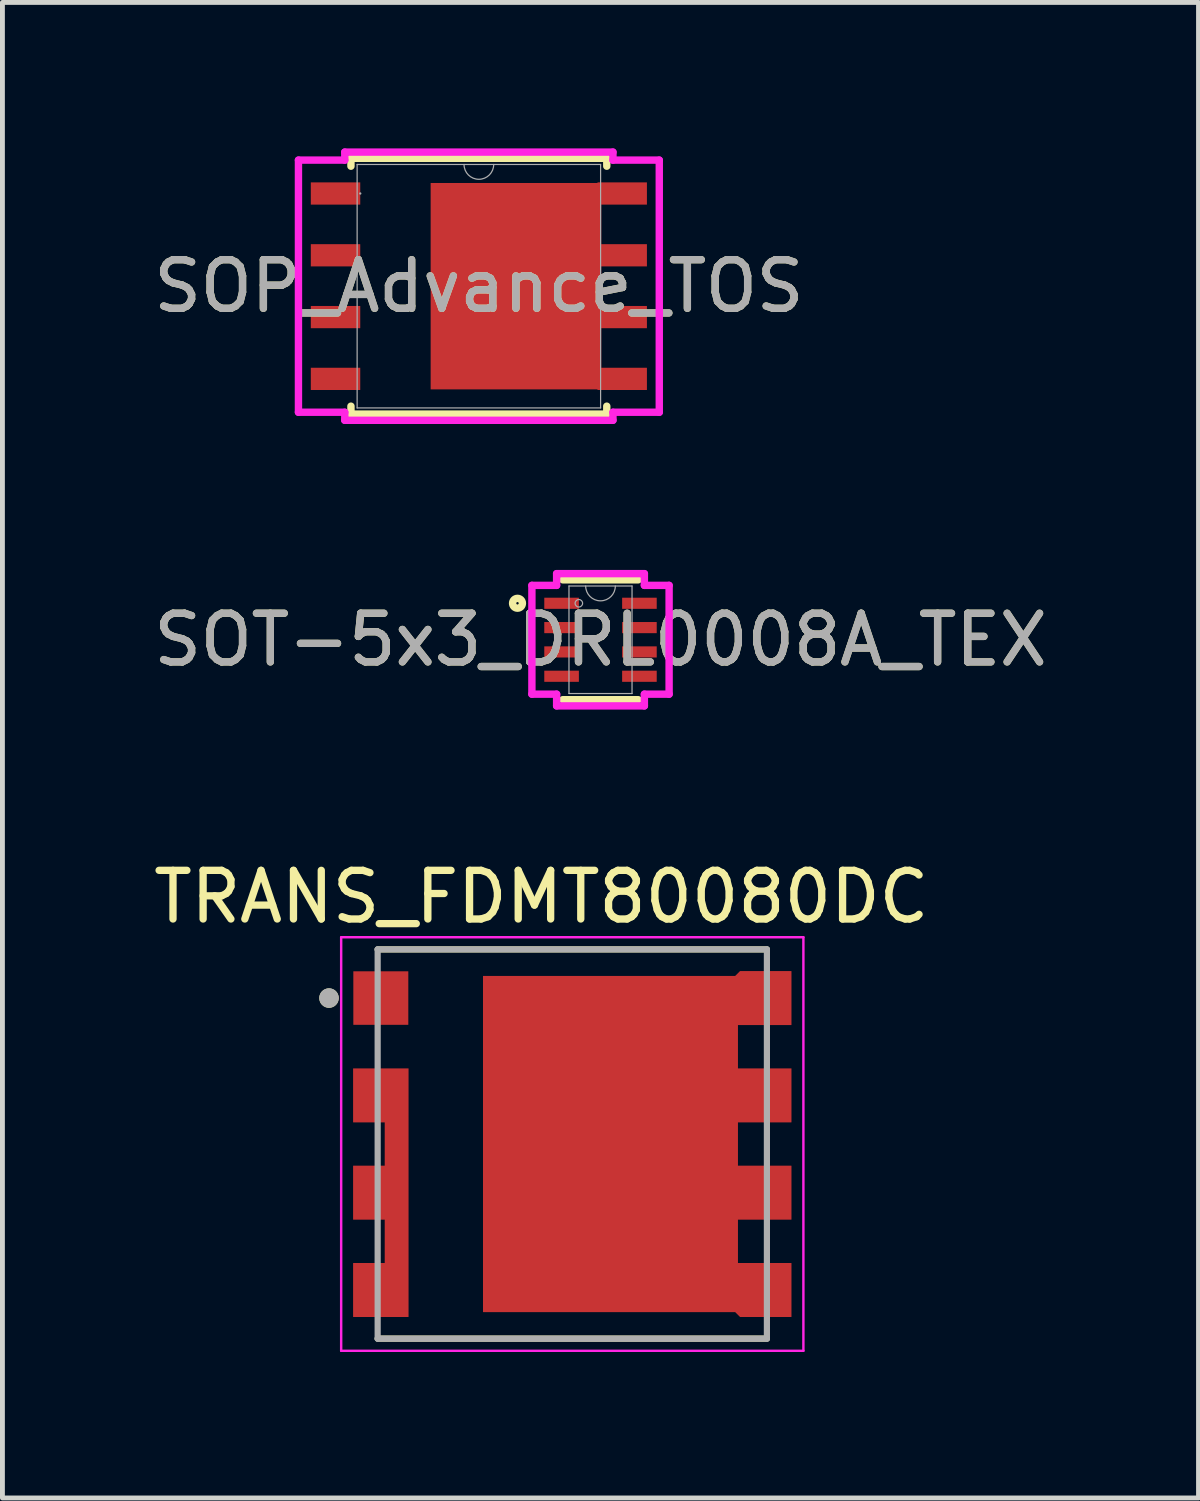
<source format=kicad_pcb>
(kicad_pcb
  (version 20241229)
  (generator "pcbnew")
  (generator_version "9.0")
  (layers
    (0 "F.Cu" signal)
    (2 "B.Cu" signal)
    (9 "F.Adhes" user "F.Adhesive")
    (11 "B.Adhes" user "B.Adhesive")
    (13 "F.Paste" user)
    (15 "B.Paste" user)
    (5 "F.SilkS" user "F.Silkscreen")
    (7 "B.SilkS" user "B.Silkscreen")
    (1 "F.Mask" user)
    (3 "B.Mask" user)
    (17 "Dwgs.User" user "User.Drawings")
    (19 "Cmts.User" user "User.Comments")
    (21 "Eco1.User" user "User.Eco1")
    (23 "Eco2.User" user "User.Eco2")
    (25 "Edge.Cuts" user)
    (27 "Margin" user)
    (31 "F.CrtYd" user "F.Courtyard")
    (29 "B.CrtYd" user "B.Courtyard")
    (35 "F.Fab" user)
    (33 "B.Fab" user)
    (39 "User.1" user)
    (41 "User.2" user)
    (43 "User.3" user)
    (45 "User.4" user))
  (footprint "TRANS_FDMT80080DC"
    (layer "F.Cu")
    (at 8.712 20.463)
    (property "Reference" "TRANS_FDMT80080DC" (at -0.635 -5.08 0) (layer "F.SilkS") (effects (font (size 1 1) (thickness 0.15))))
    (attr smd)
    (fp_poly (pts (xy -3.27 -1.65) (xy -3.27 3.65) (xy -4.6 3.65) (xy -4.6 2.35) (xy -3.95 2.35) (xy -3.95 1.65) (xy -4.6 1.65) (xy -4.6 0.35) (xy -3.95 0.35) (xy -3.95 -0.35) (xy -4.6 -0.35) (xy -4.6 -1.65)) (stroke (width 0.01) (type solid)) (fill yes) (layer "F.Mask"))
    (fp_poly (pts (xy -1.93 -3.55) (xy -1.93 3.55) (xy 3.3 3.55) (xy 3.4 3.65) (xy 4.6 3.65) (xy 4.6 2.35) (xy 3.5 2.35) (xy 3.5 1.65) (xy 4.6 1.65) (xy 4.6 0.35) (xy 3.5 0.35) (xy 3.5 -0.35) (xy 4.6 -0.35) (xy 4.6 -1.65) (xy 3.5 -1.65) (xy 3.5 -2.35) (xy 4.6 -2.35) (xy 4.6 -3.65) (xy 3.4 -3.65) (xy 3.3 -3.55)) (stroke (width 0.01) (type solid)) (fill yes) (layer "F.Mask"))
    (fp_line (start -4 -4) (end 4 -4) (stroke (width 0.127) (type solid)) (layer "F.SilkS"))
    (fp_line (start 4 4) (end -4 4) (stroke (width 0.127) (type solid)) (layer "F.SilkS"))
    (fp_circle (center -5 -3) (end -4.9 -3) (stroke (width 0.2) (type solid)) (fill no) (layer "F.SilkS"))
    (fp_poly (pts (xy -4.5 -1.55) (xy -3.37 -1.55) (xy -3.37 -0.45) (xy -4.5 -0.45)) (stroke (width 0.01) (type solid)) (fill yes) (layer "F.Paste"))
    (fp_poly (pts (xy -4.5 0.45) (xy -3.37 0.45) (xy -3.37 1.55) (xy -4.5 1.55)) (stroke (width 0.01) (type solid)) (fill yes) (layer "F.Paste"))
    (fp_poly (pts (xy -4.5 2.45) (xy -3.37 2.45) (xy -3.37 3.55) (xy -4.5 3.55)) (stroke (width 0.01) (type solid)) (fill yes) (layer "F.Paste"))
    (fp_poly (pts (xy -1.006 -2.596) (xy 0.303 -2.596) (xy 0.303 -0.426) (xy -1.006 -0.426)) (stroke (width 0.01) (type solid)) (fill yes) (layer "F.Paste"))
    (fp_poly (pts (xy -1.006 0.426) (xy 0.303 0.426) (xy 0.303 2.596) (xy -1.006 2.596)) (stroke (width 0.01) (type solid)) (fill yes) (layer "F.Paste"))
    (fp_poly (pts (xy 1.216 -2.596) (xy 2.526 -2.596) (xy 2.526 -0.426) (xy 1.216 -0.426)) (stroke (width 0.01) (type solid)) (fill yes) (layer "F.Paste"))
    (fp_poly (pts (xy 1.216 0.426) (xy 2.526 0.426) (xy 2.526 2.596) (xy 1.216 2.596)) (stroke (width 0.01) (type solid)) (fill yes) (layer "F.Paste"))
    (fp_poly (pts (xy 3.45 -3.55) (xy 4.5 -3.55) (xy 4.5 -2.45) (xy 3.45 -2.45)) (stroke (width 0.01) (type solid)) (fill yes) (layer "F.Paste"))
    (fp_poly (pts (xy 3.45 -1.55) (xy 4.5 -1.55) (xy 4.5 -0.45) (xy 3.45 -0.45)) (stroke (width 0.01) (type solid)) (fill yes) (layer "F.Paste"))
    (fp_poly (pts (xy 3.45 0.45) (xy 4.5 0.45) (xy 4.5 1.55) (xy 3.45 1.55)) (stroke (width 0.01) (type solid)) (fill yes) (layer "F.Paste"))
    (fp_poly (pts (xy 3.45 2.45) (xy 4.5 2.45) (xy 4.5 3.55) (xy 3.45 3.55)) (stroke (width 0.01) (type solid)) (fill yes) (layer "F.Paste"))
    (fp_line (start -4.75 -4.25) (end 4.75 -4.25) (stroke (width 0.05) (type solid)) (layer "F.CrtYd"))
    (fp_line (start -4.75 4.25) (end -4.75 -4.25) (stroke (width 0.05) (type solid)) (layer "F.CrtYd"))
    (fp_line (start 4.75 -4.25) (end 4.75 4.25) (stroke (width 0.05) (type solid)) (layer "F.CrtYd"))
    (fp_line (start 4.75 4.25) (end -4.75 4.25) (stroke (width 0.05) (type solid)) (layer "F.CrtYd"))
    (fp_line (start -4 -4) (end 4 -4) (stroke (width 0.127) (type solid)) (layer "F.Fab"))
    (fp_line (start -4 4) (end -4 -4) (stroke (width 0.127) (type solid)) (layer "F.Fab"))
    (fp_line (start 4 -4) (end 4 4) (stroke (width 0.127) (type solid)) (layer "F.Fab"))
    (fp_line (start 4 4) (end -4 4) (stroke (width 0.127) (type solid)) (layer "F.Fab"))
    (fp_circle (center -5 -3) (end -4.9 -3) (stroke (width 0.2) (type solid)) (fill no) (layer "F.Fab"))
    (pad "1" smd rect (at -3.935 -3) (size 1.13 1.1) (layers "F.Cu" "F.Mask" "F.Paste"))
    (pad "2_3_4" smd custom (at -3.935 1) (size 1.13 1.1) (layers "F.Cu") (options (anchor rect)) (primitives (gr_poly (pts (xy 0.565 -2.55) (xy 0.565 2.55) (xy -0.565 2.55) (xy -0.565 1.45) (xy 0.085 1.45) (xy 0.085 0.55) (xy -0.565 0.55) (xy -0.565 -0.55) (xy 0.085 -0.55) (xy 0.085 -1.45) (xy -0.565 -1.45) (xy -0.565 -2.55)) (width 0.01) (fill yes))))
    (pad "5-6_7_8" smd custom (at 0.76 0) (size 2.5 2.5) (layers "F.Cu") (options (anchor rect)) (primitives (gr_poly (pts (xy -2.59 -3.45) (xy -2.59 3.45) (xy 2.59 3.45) (xy 2.69 3.55) (xy 3.74 3.55) (xy 3.74 2.45) (xy 2.64 2.45) (xy 2.64 1.55) (xy 3.74 1.55) (xy 3.74 0.45) (xy 2.64 0.45) (xy 2.64 -0.45) (xy 3.74 -0.45) (xy 3.74 -1.55) (xy 2.64 -1.55) (xy 2.64 -2.45) (xy 3.74 -2.45) (xy 3.74 -3.55) (xy 2.69 -3.55) (xy 2.59 -3.45)) (width 0.01) (fill yes)))))
  (footprint "SOP_Advance_TOS"
    (layer "F.Cu")
    (at 6.792 2.832)
    (property "Reference" "SOP_Advance_TOS" (at 0 0 0) (unlocked yes) (layer "F.SilkS") (effects (font (size 1 1) (thickness 0.15))))
    (attr smd)
    (fp_poly (pts (xy 2.515 -2.121) (xy 2.515 2.121) (xy -0.991 2.121) (xy -0.991 -2.121)) (stroke (width 0) (type solid)) (fill yes) (layer "F.Cu"))
    (fp_line (start -2.629 -2.629) (end -2.629 -2.466) (stroke (width 0.152) (type solid)) (layer "F.SilkS"))
    (fp_line (start -2.629 2.466) (end -2.629 2.629) (stroke (width 0.152) (type solid)) (layer "F.SilkS"))
    (fp_line (start -2.629 2.629) (end 2.629 2.629) (stroke (width 0.152) (type solid)) (layer "F.SilkS"))
    (fp_line (start 2.629 -2.629) (end -2.629 -2.629) (stroke (width 0.152) (type solid)) (layer "F.SilkS"))
    (fp_line (start 2.629 -2.466) (end 2.629 -2.629) (stroke (width 0.152) (type solid)) (layer "F.SilkS"))
    (fp_line (start 2.629 2.629) (end 2.629 2.466) (stroke (width 0.152) (type solid)) (layer "F.SilkS"))
    (fp_poly (pts (xy -0.941 -1.856) (xy -0.941 -0.752) (xy 0.662 -0.752) (xy 0.662 -1.856)) (stroke (width 0) (type solid)) (fill yes) (layer "F.Paste"))
    (fp_poly (pts (xy -0.941 -0.552) (xy -0.941 0.552) (xy 0.662 0.552) (xy 0.662 -0.552)) (stroke (width 0) (type solid)) (fill yes) (layer "F.Paste"))
    (fp_poly (pts (xy -0.941 0.752) (xy -0.941 1.856) (xy 0.662 1.856) (xy 0.662 0.752)) (stroke (width 0) (type solid)) (fill yes) (layer "F.Paste"))
    (fp_poly (pts (xy 0.862 -1.856) (xy 0.862 -0.752) (xy 2.465 -0.752) (xy 2.465 -1.856)) (stroke (width 0) (type solid)) (fill yes) (layer "F.Paste"))
    (fp_poly (pts (xy 0.862 -0.552) (xy 0.862 0.552) (xy 2.465 0.552) (xy 2.465 -0.552)) (stroke (width 0) (type solid)) (fill yes) (layer "F.Paste"))
    (fp_poly (pts (xy 0.862 0.752) (xy 0.862 1.856) (xy 2.465 1.856) (xy 2.465 0.752)) (stroke (width 0) (type solid)) (fill yes) (layer "F.Paste"))
    (fp_line (start -3.708 -2.591) (end -2.756 -2.591) (stroke (width 0.152) (type solid)) (layer "F.CrtYd"))
    (fp_line (start -3.708 2.591) (end -3.708 -2.591) (stroke (width 0.152) (type solid)) (layer "F.CrtYd"))
    (fp_line (start -3.708 2.591) (end -2.756 2.591) (stroke (width 0.152) (type solid)) (layer "F.CrtYd"))
    (fp_line (start -2.756 -2.756) (end 2.756 -2.756) (stroke (width 0.152) (type solid)) (layer "F.CrtYd"))
    (fp_line (start -2.756 -2.591) (end -2.756 -2.756) (stroke (width 0.152) (type solid)) (layer "F.CrtYd"))
    (fp_line (start -2.756 2.756) (end -2.756 2.591) (stroke (width 0.152) (type solid)) (layer "F.CrtYd"))
    (fp_line (start 2.756 -2.756) (end 2.756 -2.591) (stroke (width 0.152) (type solid)) (layer "F.CrtYd"))
    (fp_line (start 2.756 2.591) (end 2.756 2.756) (stroke (width 0.152) (type solid)) (layer "F.CrtYd"))
    (fp_line (start 2.756 2.756) (end -2.756 2.756) (stroke (width 0.152) (type solid)) (layer "F.CrtYd"))
    (fp_line (start 3.708 -2.591) (end 2.756 -2.591) (stroke (width 0.152) (type solid)) (layer "F.CrtYd"))
    (fp_line (start 3.708 -2.591) (end 3.708 2.591) (stroke (width 0.152) (type solid)) (layer "F.CrtYd"))
    (fp_line (start 3.708 2.591) (end 2.756 2.591) (stroke (width 0.152) (type solid)) (layer "F.CrtYd"))
    (fp_line (start -2.502 -2.502) (end -2.502 2.502) (stroke (width 0.025) (type solid)) (layer "F.Fab"))
    (fp_line (start -2.502 2.502) (end 2.502 2.502) (stroke (width 0.025) (type solid)) (layer "F.Fab"))
    (fp_line (start 2.502 -2.502) (end -2.502 -2.502) (stroke (width 0.025) (type solid)) (layer "F.Fab"))
    (fp_line (start 2.502 2.502) (end 2.502 -2.502) (stroke (width 0.025) (type solid)) (layer "F.Fab"))
    (fp_arc (start 0.3048 -2.5019) (mid 0 -2.1971) (end -0.3048 -2.5019) (stroke (width 0.0254) (type solid)) (layer "F.Fab"))
    (fp_circle (center -2.438 -1.905) (end -2.438 -1.905) (stroke (width 0.025) (type solid)) (fill no) (layer "F.Fab"))
    (fp_text user "${REFERENCE}" (at 0 0 0) (unlocked yes) (layer "F.Fab") (effects (font (size 1 1) (thickness 0.15))))
    (pad "1" smd rect (at -2.946 -1.905) (size 1.016 0.457) (layers "F.Cu" "F.Mask" "F.Paste"))
    (pad "2" smd rect (at -2.946 -0.635) (size 1.016 0.457) (layers "F.Cu" "F.Mask" "F.Paste"))
    (pad "3" smd rect (at -2.946 0.635) (size 1.016 0.457) (layers "F.Cu" "F.Mask" "F.Paste"))
    (pad "4" smd rect (at -2.946 1.905) (size 1.016 0.457) (layers "F.Cu" "F.Mask" "F.Paste"))
    (pad "5" smd rect (at 2.946 1.905) (size 1.016 0.457) (layers "F.Cu" "F.Mask" "F.Paste"))
    (pad "6" smd rect (at 2.946 0.635) (size 1.016 0.457) (layers "F.Cu" "F.Mask" "F.Paste"))
    (pad "7" smd rect (at 2.946 -0.635) (size 1.016 0.457) (layers "F.Cu" "F.Mask" "F.Paste"))
    (pad "8" smd rect (at 2.946 -1.905) (size 1.016 0.457) (layers "F.Cu" "F.Mask" "F.Paste")))
  (footprint "SOT-5x3_DRL0008A_TEX"
    (layer "F.Cu")
    (at 9.292 10.099)
    (property "Reference" "SOT-5x3_DRL0008A_TEX" (at 0 0 0) (unlocked yes) (layer "F.SilkS") (effects (font (size 1 1) (thickness 0.15))))
    (attr smd)
    (fp_line (start -0.775 1.232) (end 0.775 1.232) (stroke (width 0.152) (type solid)) (layer "F.SilkS"))
    (fp_line (start 0.775 -1.232) (end -0.775 -1.232) (stroke (width 0.152) (type solid)) (layer "F.SilkS"))
    (fp_circle (center -1.706 -0.75) (end -1.605 -0.75) (stroke (width 0.152) (type solid)) (fill no) (layer "F.SilkS"))
    (fp_line (start -1.41 -1.118) (end -0.902 -1.118) (stroke (width 0.152) (type solid)) (layer "F.CrtYd"))
    (fp_line (start -1.41 1.118) (end -1.41 -1.118) (stroke (width 0.152) (type solid)) (layer "F.CrtYd"))
    (fp_line (start -1.41 1.118) (end -0.902 1.118) (stroke (width 0.152) (type solid)) (layer "F.CrtYd"))
    (fp_line (start -0.902 -1.359) (end 0.902 -1.359) (stroke (width 0.152) (type solid)) (layer "F.CrtYd"))
    (fp_line (start -0.902 -1.118) (end -0.902 -1.359) (stroke (width 0.152) (type solid)) (layer "F.CrtYd"))
    (fp_line (start -0.902 1.359) (end -0.902 1.118) (stroke (width 0.152) (type solid)) (layer "F.CrtYd"))
    (fp_line (start 0.902 -1.359) (end 0.902 -1.118) (stroke (width 0.152) (type solid)) (layer "F.CrtYd"))
    (fp_line (start 0.902 1.118) (end 0.902 1.359) (stroke (width 0.152) (type solid)) (layer "F.CrtYd"))
    (fp_line (start 0.902 1.359) (end -0.902 1.359) (stroke (width 0.152) (type solid)) (layer "F.CrtYd"))
    (fp_line (start 1.41 -1.118) (end 0.902 -1.118) (stroke (width 0.152) (type solid)) (layer "F.CrtYd"))
    (fp_line (start 1.41 -1.118) (end 1.41 1.118) (stroke (width 0.152) (type solid)) (layer "F.CrtYd"))
    (fp_line (start 1.41 1.118) (end 0.902 1.118) (stroke (width 0.152) (type solid)) (layer "F.CrtYd"))
    (fp_line (start -0.648 -1.105) (end -0.648 1.105) (stroke (width 0.025) (type solid)) (layer "F.Fab"))
    (fp_line (start -0.648 1.105) (end 0.648 1.105) (stroke (width 0.025) (type solid)) (layer "F.Fab"))
    (fp_line (start 0.648 -1.105) (end -0.648 -1.105) (stroke (width 0.025) (type solid)) (layer "F.Fab"))
    (fp_line (start 0.648 1.105) (end 0.648 -1.105) (stroke (width 0.025) (type solid)) (layer "F.Fab"))
    (fp_arc (start 0.3048 -1.1049) (mid 0 -0.8001) (end -0.3048 -1.1049) (stroke (width 0.0254) (type solid)) (layer "F.Fab"))
    (fp_circle (center -0.445 -0.75) (end -0.368 -0.75) (stroke (width 0.025) (type solid)) (fill no) (layer "F.Fab"))
    (fp_text user "${REFERENCE}" (at 0 0 0) (unlocked yes) (layer "F.Fab") (effects (font (size 1 1) (thickness 0.15))))
    (pad "1" smd rect (at -0.8 -0.75) (size 0.711 0.229) (layers "F.Cu" "F.Mask" "F.Paste"))
    (pad "2" smd rect (at -0.8 -0.25) (size 0.711 0.229) (layers "F.Cu" "F.Mask" "F.Paste"))
    (pad "3" smd rect (at -0.8 0.25) (size 0.711 0.229) (layers "F.Cu" "F.Mask" "F.Paste"))
    (pad "4" smd rect (at -0.8 0.75) (size 0.711 0.229) (layers "F.Cu" "F.Mask" "F.Paste"))
    (pad "5" smd rect (at 0.8 0.75) (size 0.711 0.229) (layers "F.Cu" "F.Mask" "F.Paste"))
    (pad "6" smd rect (at 0.8 0.25) (size 0.711 0.229) (layers "F.Cu" "F.Mask" "F.Paste"))
    (pad "7" smd rect (at 0.8 -0.25) (size 0.711 0.229) (layers "F.Cu" "F.Mask" "F.Paste"))
    (pad "8" smd rect (at 0.8 -0.75) (size 0.711 0.229) (layers "F.Cu" "F.Mask" "F.Paste")))
  (gr_rect
    (start -3 -3)
    (end 21.583 27.738)
    (stroke (width 0.1) (type default))
    (fill no)
    (layer "Edge.Cuts")))
</source>
